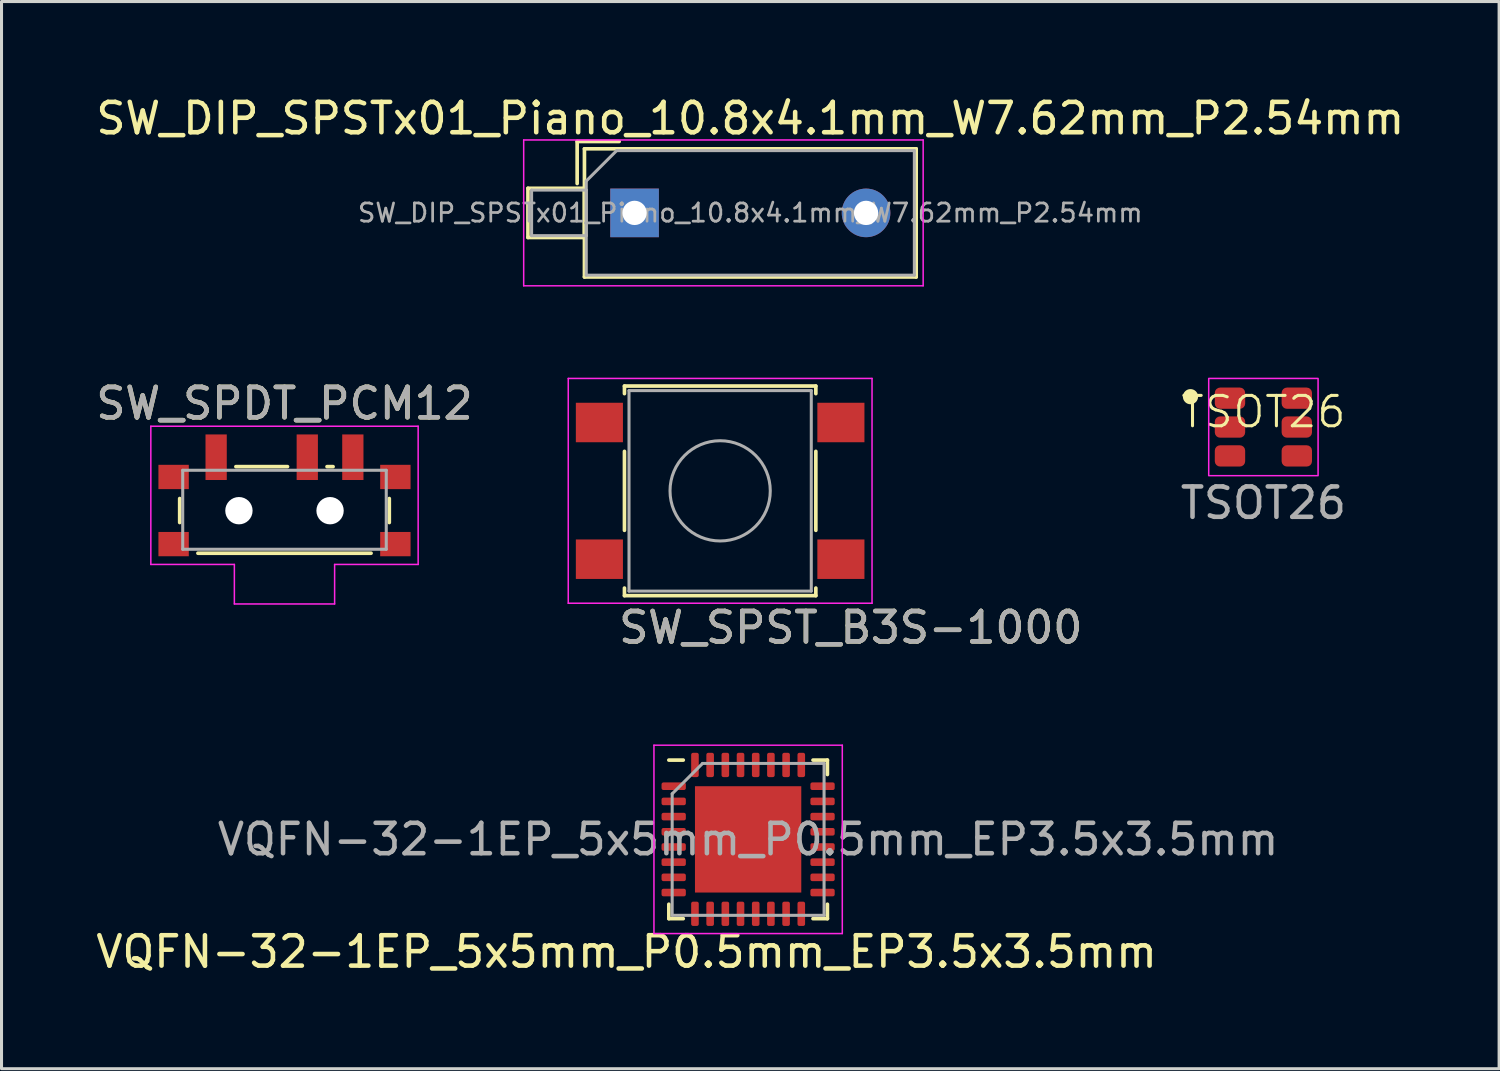
<source format=kicad_pcb>
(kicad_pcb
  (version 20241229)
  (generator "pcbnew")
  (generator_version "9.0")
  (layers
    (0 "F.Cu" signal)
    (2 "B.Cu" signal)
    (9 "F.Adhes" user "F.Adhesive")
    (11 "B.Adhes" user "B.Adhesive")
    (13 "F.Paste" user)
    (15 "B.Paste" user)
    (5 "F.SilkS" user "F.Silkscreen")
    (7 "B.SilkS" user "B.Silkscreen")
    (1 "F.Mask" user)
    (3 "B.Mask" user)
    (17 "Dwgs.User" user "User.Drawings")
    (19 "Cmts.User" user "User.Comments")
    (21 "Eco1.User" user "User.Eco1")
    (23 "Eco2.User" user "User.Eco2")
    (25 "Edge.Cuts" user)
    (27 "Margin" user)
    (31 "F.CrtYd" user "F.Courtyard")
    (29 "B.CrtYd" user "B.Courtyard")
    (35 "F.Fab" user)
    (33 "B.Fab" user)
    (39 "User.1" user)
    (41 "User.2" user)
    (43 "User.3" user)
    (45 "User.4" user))
  (footprint "TSOT26"
    (layer "F.Cu")
    (at 38.539 11.008)
    (property "Reference" "TSOT26" (at 0 -0.5 0) (unlocked yes) (layer "F.SilkS") (effects (font (size 1 1) (thickness 0.1))))
    (attr smd)
    (fp_circle (center -2.4 -1) (end -2.2 -1) (stroke (width 0.1) (type solid)) (fill yes) (layer "F.SilkS"))
    (fp_rect (start -1.8 -1.6) (end 1.8 1.6) (stroke (width 0.05) (type default)) (fill no) (layer "F.CrtYd"))
    (fp_text user "${REFERENCE}" (at 0 2.5 0) (unlocked yes) (layer "F.Fab") (effects (font (size 1 1) (thickness 0.15))))
    (pad "1" smd roundrect (at -1.1 -0.95) (size 1 0.7) (layers "F.Cu" "F.Mask" "F.Paste") (roundrect_rratio 0.25))
    (pad "2" smd roundrect (at -1.1 0) (size 1 0.7) (layers "F.Cu" "F.Mask" "F.Paste") (roundrect_rratio 0.25))
    (pad "3" smd roundrect (at -1.1 0.95) (size 1 0.7) (layers "F.Cu" "F.Mask" "F.Paste") (roundrect_rratio 0.25))
    (pad "4" smd roundrect (at 1.1 0.95) (size 1 0.7) (layers "F.Cu" "F.Mask" "F.Paste") (roundrect_rratio 0.25))
    (pad "5" smd roundrect (at 1.1 0) (size 1 0.7) (layers "F.Cu" "F.Mask" "F.Paste") (roundrect_rratio 0.25))
    (pad "6" smd roundrect (at 1.1 -0.95) (size 1 0.7) (layers "F.Cu" "F.Mask" "F.Paste") (roundrect_rratio 0.25)))
  (footprint "SW_SPST_B3S-1000"
    (layer "F.Cu")
    (at 20.656 13.108)
    (property "Reference" "SW_SPST_B3S-1000" (at 4.3 4.5 0) (layer "F.SilkS") (effects (font (size 1 1) (thickness 0.15))))
    (attr smd)
    (fp_line (start -3.15 -3.45) (end 3.15 -3.45) (stroke (width 0.12) (type solid)) (layer "F.SilkS"))
    (fp_line (start -3.15 -3.2) (end -3.15 -3.45) (stroke (width 0.12) (type solid)) (layer "F.SilkS"))
    (fp_line (start -3.15 1.3) (end -3.15 -1.3) (stroke (width 0.12) (type solid)) (layer "F.SilkS"))
    (fp_line (start -3.15 3.45) (end -3.15 3.2) (stroke (width 0.12) (type solid)) (layer "F.SilkS"))
    (fp_line (start 3.15 -3.45) (end 3.15 -3.2) (stroke (width 0.12) (type solid)) (layer "F.SilkS"))
    (fp_line (start 3.15 -1.3) (end 3.15 1.3) (stroke (width 0.12) (type solid)) (layer "F.SilkS"))
    (fp_line (start 3.15 3.2) (end 3.15 3.45) (stroke (width 0.12) (type solid)) (layer "F.SilkS"))
    (fp_line (start 3.15 3.45) (end -3.15 3.45) (stroke (width 0.12) (type solid)) (layer "F.SilkS"))
    (fp_line (start -5 -3.7) (end -5 3.7) (stroke (width 0.05) (type solid)) (layer "F.CrtYd"))
    (fp_line (start -5 3.7) (end 5 3.7) (stroke (width 0.05) (type solid)) (layer "F.CrtYd"))
    (fp_line (start 5 -3.7) (end -5 -3.7) (stroke (width 0.05) (type solid)) (layer "F.CrtYd"))
    (fp_line (start 5 3.7) (end 5 -3.7) (stroke (width 0.05) (type solid)) (layer "F.CrtYd"))
    (fp_line (start -3 -3.3) (end 3 -3.3) (stroke (width 0.1) (type solid)) (layer "F.Fab"))
    (fp_line (start -3 3.3) (end -3 -3.3) (stroke (width 0.1) (type solid)) (layer "F.Fab"))
    (fp_line (start 3 -3.3) (end 3 3.3) (stroke (width 0.1) (type solid)) (layer "F.Fab"))
    (fp_line (start 3 3.3) (end -3 3.3) (stroke (width 0.1) (type solid)) (layer "F.Fab"))
    (fp_circle (center 0 0) (end 1.65 0) (stroke (width 0.1) (type solid)) (fill no) (layer "F.Fab"))
    (fp_text user "${REFERENCE}" (at 4.3 4.5 0) (layer "F.Fab") (effects (font (size 1 1) (thickness 0.15))))
    (pad "1" smd rect (at -3.975 -2.25) (size 1.55 1.3) (layers "F.Cu" "F.Mask" "F.Paste"))
    (pad "1" smd rect (at 3.975 -2.25) (size 1.55 1.3) (layers "F.Cu" "F.Mask" "F.Paste"))
    (pad "2" smd rect (at -3.975 2.25) (size 1.55 1.3) (layers "F.Cu" "F.Mask" "F.Paste"))
    (pad "2" smd rect (at 3.975 2.25) (size 1.55 1.3) (layers "F.Cu" "F.Mask" "F.Paste")))
  (footprint "SW_DIP_SPSTx01_Piano_10.8x4.1mm_W7.62mm_P2.54mm"
    (layer "F.Cu")
    (at 17.839 3.958)
    (property "Reference" "SW_DIP_SPSTx01_Piano_10.8x4.1mm_W7.62mm_P2.54mm" (at 3.81 -3.11 0) (layer "F.SilkS") (effects (font (size 1 1) (thickness 0.15))))
    (attr through_hole exclude_from_bom)
    (fp_line (start -3.51 -0.81) (end -3.51 0.81) (stroke (width 0.12) (type solid)) (layer "F.SilkS"))
    (fp_line (start -3.51 -0.81) (end -1.65 -0.81) (stroke (width 0.12) (type solid)) (layer "F.SilkS"))
    (fp_line (start -3.51 0.81) (end -1.65 0.81) (stroke (width 0.12) (type solid)) (layer "F.SilkS"))
    (fp_line (start -1.89 -2.35) (end -1.89 -0.967) (stroke (width 0.12) (type solid)) (layer "F.SilkS"))
    (fp_line (start -1.89 -2.35) (end -0.507 -2.35) (stroke (width 0.12) (type solid)) (layer "F.SilkS"))
    (fp_line (start -1.65 -2.11) (end -1.65 2.11) (stroke (width 0.12) (type solid)) (layer "F.SilkS"))
    (fp_line (start -1.65 -2.11) (end 9.27 -2.11) (stroke (width 0.12) (type solid)) (layer "F.SilkS"))
    (fp_line (start -1.65 -0.81) (end -1.65 0.81) (stroke (width 0.12) (type solid)) (layer "F.SilkS"))
    (fp_line (start -1.65 2.11) (end 9.27 2.11) (stroke (width 0.12) (type solid)) (layer "F.SilkS"))
    (fp_line (start 9.27 -2.11) (end 9.27 2.11) (stroke (width 0.12) (type solid)) (layer "F.SilkS"))
    (fp_line (start -3.65 -2.4) (end -3.65 2.4) (stroke (width 0.05) (type solid)) (layer "F.CrtYd"))
    (fp_line (start -3.65 2.4) (end 9.5 2.4) (stroke (width 0.05) (type solid)) (layer "F.CrtYd"))
    (fp_line (start 9.5 -2.4) (end -3.65 -2.4) (stroke (width 0.05) (type solid)) (layer "F.CrtYd"))
    (fp_line (start 9.5 2.4) (end 9.5 -2.4) (stroke (width 0.05) (type solid)) (layer "F.CrtYd"))
    (fp_line (start -3.39 -0.75) (end -1.59 -0.75) (stroke (width 0.1) (type solid)) (layer "F.Fab"))
    (fp_line (start -3.39 0.75) (end -3.39 -0.75) (stroke (width 0.1) (type solid)) (layer "F.Fab"))
    (fp_line (start -1.59 -1.05) (end -0.59 -2.05) (stroke (width 0.1) (type solid)) (layer "F.Fab"))
    (fp_line (start -1.59 -0.75) (end -1.59 0.75) (stroke (width 0.1) (type solid)) (layer "F.Fab"))
    (fp_line (start -1.59 0.75) (end -3.39 0.75) (stroke (width 0.1) (type solid)) (layer "F.Fab"))
    (fp_line (start -1.59 2.05) (end -1.59 -1.05) (stroke (width 0.1) (type solid)) (layer "F.Fab"))
    (fp_line (start -0.59 -2.05) (end 9.21 -2.05) (stroke (width 0.1) (type solid)) (layer "F.Fab"))
    (fp_line (start 9.21 -2.05) (end 9.21 2.05) (stroke (width 0.1) (type solid)) (layer "F.Fab"))
    (fp_line (start 9.21 2.05) (end -1.59 2.05) (stroke (width 0.1) (type solid)) (layer "F.Fab"))
    (fp_text user "${REFERENCE}" (at 3.81 0 0) (layer "F.Fab") (effects (font (size 0.6 0.6) (thickness 0.09))))
    (pad "1" thru_hole rect (at 0 0) (size 1.6 1.6) (drill 0.8) (layers "*.Cu" "*.Mask"))
    (pad "2" thru_hole oval (at 7.62 0) (size 1.6 1.6) (drill 0.8) (layers "*.Cu" "*.Mask")))
  (footprint "VQFN-32-1EP_5x5mm_P0.5mm_EP3.5x3.5mm"
    (layer "F.Cu")
    (at 21.577 24.581)
    (property "Reference" "VQFN-32-1EP_5x5mm_P0.5mm_EP3.5x3.5mm" (at -4 3.7 180) (layer "F.SilkS") (effects (font (size 1 1) (thickness 0.15))))
    (attr smd)
    (fp_line (start -2.61 2.61) (end -2.61 2.135) (stroke (width 0.12) (type solid)) (layer "F.SilkS"))
    (fp_line (start -2.135 -2.61) (end -2.61 -2.61) (stroke (width 0.12) (type solid)) (layer "F.SilkS"))
    (fp_line (start -2.135 2.61) (end -2.61 2.61) (stroke (width 0.12) (type solid)) (layer "F.SilkS"))
    (fp_line (start 2.135 -2.61) (end 2.61 -2.61) (stroke (width 0.12) (type solid)) (layer "F.SilkS"))
    (fp_line (start 2.135 2.61) (end 2.61 2.61) (stroke (width 0.12) (type solid)) (layer "F.SilkS"))
    (fp_line (start 2.61 -2.61) (end 2.61 -2.135) (stroke (width 0.12) (type solid)) (layer "F.SilkS"))
    (fp_line (start 2.61 2.61) (end 2.61 2.135) (stroke (width 0.12) (type solid)) (layer "F.SilkS"))
    (fp_line (start -3.1 -3.1) (end -3.1 3.1) (stroke (width 0.05) (type solid)) (layer "F.CrtYd"))
    (fp_line (start -3.1 3.1) (end 3.1 3.1) (stroke (width 0.05) (type solid)) (layer "F.CrtYd"))
    (fp_line (start 3.1 -3.1) (end -3.1 -3.1) (stroke (width 0.05) (type solid)) (layer "F.CrtYd"))
    (fp_line (start 3.1 3.1) (end 3.1 -3.1) (stroke (width 0.05) (type solid)) (layer "F.CrtYd"))
    (fp_line (start -2.5 -1.5) (end -1.5 -2.5) (stroke (width 0.1) (type solid)) (layer "F.Fab"))
    (fp_line (start -2.5 2.5) (end -2.5 -1.5) (stroke (width 0.1) (type solid)) (layer "F.Fab"))
    (fp_line (start -1.5 -2.5) (end 2.5 -2.5) (stroke (width 0.1) (type solid)) (layer "F.Fab"))
    (fp_line (start 2.5 -2.5) (end 2.5 2.5) (stroke (width 0.1) (type solid)) (layer "F.Fab"))
    (fp_line (start 2.5 2.5) (end -2.5 2.5) (stroke (width 0.1) (type solid)) (layer "F.Fab"))
    (fp_text user "${REFERENCE}" (at 0 0 0) (layer "F.Fab") (effects (font (size 1 1) (thickness 0.15))))
    (pad "" smd roundrect (at -0.875 -0.875) (size 1.41 1.41) (layers "F.Paste") (roundrect_rratio 0.177))
    (pad "" smd roundrect (at -0.875 0.875) (size 1.41 1.41) (layers "F.Paste") (roundrect_rratio 0.177))
    (pad "" smd roundrect (at 0.875 -0.875) (size 1.41 1.41) (layers "F.Paste") (roundrect_rratio 0.177))
    (pad "" smd roundrect (at 0.875 0.875) (size 1.41 1.41) (layers "F.Paste") (roundrect_rratio 0.177))
    (pad "1" smd roundrect (at -2.45 -1.75) (size 0.8 0.25) (layers "F.Cu" "F.Mask" "F.Paste") (roundrect_rratio 0.25))
    (pad "2" smd roundrect (at -2.45 -1.25) (size 0.8 0.25) (layers "F.Cu" "F.Mask" "F.Paste") (roundrect_rratio 0.25))
    (pad "3" smd roundrect (at -2.45 -0.75) (size 0.8 0.25) (layers "F.Cu" "F.Mask" "F.Paste") (roundrect_rratio 0.25))
    (pad "4" smd roundrect (at -2.45 -0.25) (size 0.8 0.25) (layers "F.Cu" "F.Mask" "F.Paste") (roundrect_rratio 0.25))
    (pad "5" smd roundrect (at -2.45 0.25) (size 0.8 0.25) (layers "F.Cu" "F.Mask" "F.Paste") (roundrect_rratio 0.25))
    (pad "6" smd roundrect (at -2.45 0.75) (size 0.8 0.25) (layers "F.Cu" "F.Mask" "F.Paste") (roundrect_rratio 0.25))
    (pad "7" smd roundrect (at -2.45 1.25) (size 0.8 0.25) (layers "F.Cu" "F.Mask" "F.Paste") (roundrect_rratio 0.25))
    (pad "8" smd roundrect (at -2.45 1.75) (size 0.8 0.25) (layers "F.Cu" "F.Mask" "F.Paste") (roundrect_rratio 0.25))
    (pad "9" smd roundrect (at -1.75 2.45) (size 0.25 0.8) (layers "F.Cu" "F.Mask" "F.Paste") (roundrect_rratio 0.25))
    (pad "10" smd roundrect (at -1.25 2.45) (size 0.25 0.8) (layers "F.Cu" "F.Mask" "F.Paste") (roundrect_rratio 0.25))
    (pad "11" smd roundrect (at -0.75 2.45) (size 0.25 0.8) (layers "F.Cu" "F.Mask" "F.Paste") (roundrect_rratio 0.25))
    (pad "12" smd roundrect (at -0.25 2.45) (size 0.25 0.8) (layers "F.Cu" "F.Mask" "F.Paste") (roundrect_rratio 0.25))
    (pad "13" smd roundrect (at 0.25 2.45) (size 0.25 0.8) (layers "F.Cu" "F.Mask" "F.Paste") (roundrect_rratio 0.25))
    (pad "14" smd roundrect (at 0.75 2.45) (size 0.25 0.8) (layers "F.Cu" "F.Mask" "F.Paste") (roundrect_rratio 0.25))
    (pad "15" smd roundrect (at 1.25 2.45) (size 0.25 0.8) (layers "F.Cu" "F.Mask" "F.Paste") (roundrect_rratio 0.25))
    (pad "16" smd roundrect (at 1.75 2.45) (size 0.25 0.8) (layers "F.Cu" "F.Mask" "F.Paste") (roundrect_rratio 0.25))
    (pad "17" smd roundrect (at 2.45 1.75) (size 0.8 0.25) (layers "F.Cu" "F.Mask" "F.Paste") (roundrect_rratio 0.25))
    (pad "18" smd roundrect (at 2.45 1.25) (size 0.8 0.25) (layers "F.Cu" "F.Mask" "F.Paste") (roundrect_rratio 0.25))
    (pad "19" smd roundrect (at 2.45 0.75) (size 0.8 0.25) (layers "F.Cu" "F.Mask" "F.Paste") (roundrect_rratio 0.25))
    (pad "20" smd roundrect (at 2.45 0.25) (size 0.8 0.25) (layers "F.Cu" "F.Mask" "F.Paste") (roundrect_rratio 0.25))
    (pad "21" smd roundrect (at 2.45 -0.25) (size 0.8 0.25) (layers "F.Cu" "F.Mask" "F.Paste") (roundrect_rratio 0.25))
    (pad "22" smd roundrect (at 2.45 -0.75) (size 0.8 0.25) (layers "F.Cu" "F.Mask" "F.Paste") (roundrect_rratio 0.25))
    (pad "23" smd roundrect (at 2.45 -1.25) (size 0.8 0.25) (layers "F.Cu" "F.Mask" "F.Paste") (roundrect_rratio 0.25))
    (pad "24" smd roundrect (at 2.45 -1.75) (size 0.8 0.25) (layers "F.Cu" "F.Mask" "F.Paste") (roundrect_rratio 0.25))
    (pad "25" smd roundrect (at 1.75 -2.45) (size 0.25 0.8) (layers "F.Cu" "F.Mask" "F.Paste") (roundrect_rratio 0.25))
    (pad "26" smd roundrect (at 1.25 -2.45) (size 0.25 0.8) (layers "F.Cu" "F.Mask" "F.Paste") (roundrect_rratio 0.25))
    (pad "27" smd roundrect (at 0.75 -2.45) (size 0.25 0.8) (layers "F.Cu" "F.Mask" "F.Paste") (roundrect_rratio 0.25))
    (pad "28" smd roundrect (at 0.25 -2.45) (size 0.25 0.8) (layers "F.Cu" "F.Mask" "F.Paste") (roundrect_rratio 0.25))
    (pad "29" smd roundrect (at -0.25 -2.45) (size 0.25 0.8) (layers "F.Cu" "F.Mask" "F.Paste") (roundrect_rratio 0.25))
    (pad "30" smd roundrect (at -0.75 -2.45) (size 0.25 0.8) (layers "F.Cu" "F.Mask" "F.Paste") (roundrect_rratio 0.25))
    (pad "31" smd roundrect (at -1.25 -2.45) (size 0.25 0.8) (layers "F.Cu" "F.Mask" "F.Paste") (roundrect_rratio 0.25))
    (pad "32" smd roundrect (at -1.75 -2.45) (size 0.25 0.8) (layers "F.Cu" "F.Mask" "F.Paste") (roundrect_rratio 0.25))
    (pad "33" smd rect (at 0 0) (size 3.5 3.5) (layers "F.Cu" "F.Mask")))
  (footprint "SW_SPDT_PCM12"
    (layer "F.Cu")
    (at 6.315 13.431)
    (property "Reference" "SW_SPDT_PCM12" (at 0 -3.2 180) (layer "F.SilkS") (effects (font (size 1 1) (thickness 0.15))))
    (attr smd)
    (fp_line (start -3.45 -0.07) (end -3.45 0.72) (stroke (width 0.12) (type solid)) (layer "F.SilkS"))
    (fp_line (start -2.85 1.73) (end 2.85 1.73) (stroke (width 0.12) (type solid)) (layer "F.SilkS"))
    (fp_line (start -1.6 -1.12) (end 0.1 -1.12) (stroke (width 0.12) (type solid)) (layer "F.SilkS"))
    (fp_line (start 1.4 -1.12) (end 1.6 -1.12) (stroke (width 0.12) (type solid)) (layer "F.SilkS"))
    (fp_line (start 3.45 0.72) (end 3.45 -0.07) (stroke (width 0.12) (type solid)) (layer "F.SilkS"))
    (fp_line (start -4.4 -2.45) (end 4.4 -2.45) (stroke (width 0.05) (type solid)) (layer "F.CrtYd"))
    (fp_line (start -4.4 2.1) (end -4.4 -2.45) (stroke (width 0.05) (type solid)) (layer "F.CrtYd"))
    (fp_line (start -1.65 2.1) (end -4.4 2.1) (stroke (width 0.05) (type solid)) (layer "F.CrtYd"))
    (fp_line (start -1.65 3.4) (end -1.65 2.1) (stroke (width 0.05) (type solid)) (layer "F.CrtYd"))
    (fp_line (start 1.65 2.1) (end 1.65 3.4) (stroke (width 0.05) (type solid)) (layer "F.CrtYd"))
    (fp_line (start 1.65 3.4) (end -1.65 3.4) (stroke (width 0.05) (type solid)) (layer "F.CrtYd"))
    (fp_line (start 4.4 -2.45) (end 4.4 2.1) (stroke (width 0.05) (type solid)) (layer "F.CrtYd"))
    (fp_line (start 4.4 2.1) (end 1.65 2.1) (stroke (width 0.05) (type solid)) (layer "F.CrtYd"))
    (fp_line (start -3.35 -1) (end -3.35 1.6) (stroke (width 0.1) (type solid)) (layer "F.Fab"))
    (fp_line (start -3.35 1.6) (end 3.35 1.6) (stroke (width 0.1) (type solid)) (layer "F.Fab"))
    (fp_line (start 3.35 -1) (end -3.35 -1) (stroke (width 0.1) (type solid)) (layer "F.Fab"))
    (fp_line (start 3.35 1.6) (end 3.35 -1) (stroke (width 0.1) (type solid)) (layer "F.Fab"))
    (fp_text user "${REFERENCE}" (at 0 -3.2 180) (layer "F.Fab") (effects (font (size 1 1) (thickness 0.15))))
    (pad "" smd rect (at -3.65 -0.78) (size 1 0.8) (layers "F.Cu" "F.Mask" "F.Paste"))
    (pad "" smd rect (at -3.65 1.43) (size 1 0.8) (layers "F.Cu" "F.Mask" "F.Paste"))
    (pad "" np_thru_hole circle (at -1.5 0.33) (size 0.9 0.9) (drill 0.9) (layers "*.Cu" "*.Mask"))
    (pad "" np_thru_hole circle (at 1.5 0.33) (size 0.9 0.9) (drill 0.9) (layers "*.Cu" "*.Mask"))
    (pad "" smd rect (at 3.65 -0.78) (size 1 0.8) (layers "F.Cu" "F.Mask" "F.Paste"))
    (pad "" smd rect (at 3.65 1.43) (size 1 0.8) (layers "F.Cu" "F.Mask" "F.Paste"))
    (pad "1" smd rect (at -2.25 -1.43) (size 0.7 1.5) (layers "F.Cu" "F.Mask" "F.Paste"))
    (pad "2" smd rect (at 0.75 -1.43) (size 0.7 1.5) (layers "F.Cu" "F.Mask" "F.Paste"))
    (pad "3" smd rect (at 2.25 -1.43) (size 0.7 1.5) (layers "F.Cu" "F.Mask" "F.Paste")))
  (gr_rect
    (start -3 -3)
    (end 46.298 32.13)
    (stroke (width 0.1) (type default))
    (fill no)
    (layer "Edge.Cuts")))
</source>
